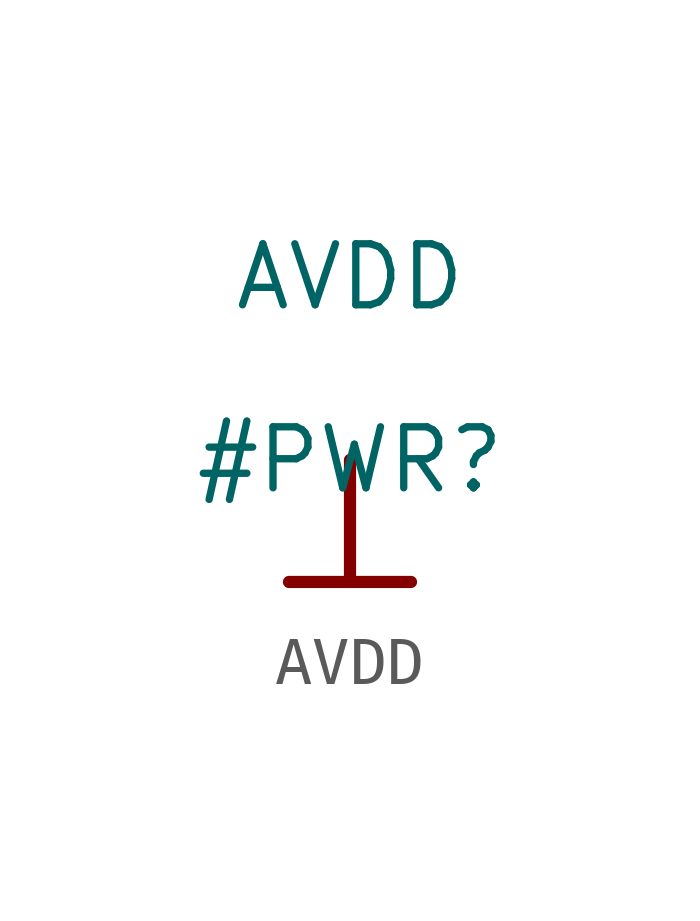
<source format=kicad_sym>
(kicad_symbol_lib
  (version 20211014)
  (generator kicad_symbol_editor)
  (symbol "AVDD"
    (power)
    (property "Reference" "#PWR"
      (at 0 0 0)
      (effects (font (size 1.27 1.27))))
    (property "Value" "AVDD"
      (at 0 3.81 0)
      (effects (font (size 1.27 1.27))))
    (symbol "AVDD_0_0"
      (polyline (pts (xy -1.27 -2.54) (xy 1.27 -2.54)) (stroke (width 0.254) (type default) (color 0 0 0 0)) (fill (type none)))
      (polyline (pts (xy 0 0) (xy 0 -2.54)) (stroke (width 0.254) (type default) (color 0 0 0 0)) (fill (type none)))
      (pin power_in line (at 0 0 0) (length 0) hide (name "AVDD" (effects (font (size 1.27 1.27)))) (number "" (effects (font (size 1.27 1.27))))))))
</source>
